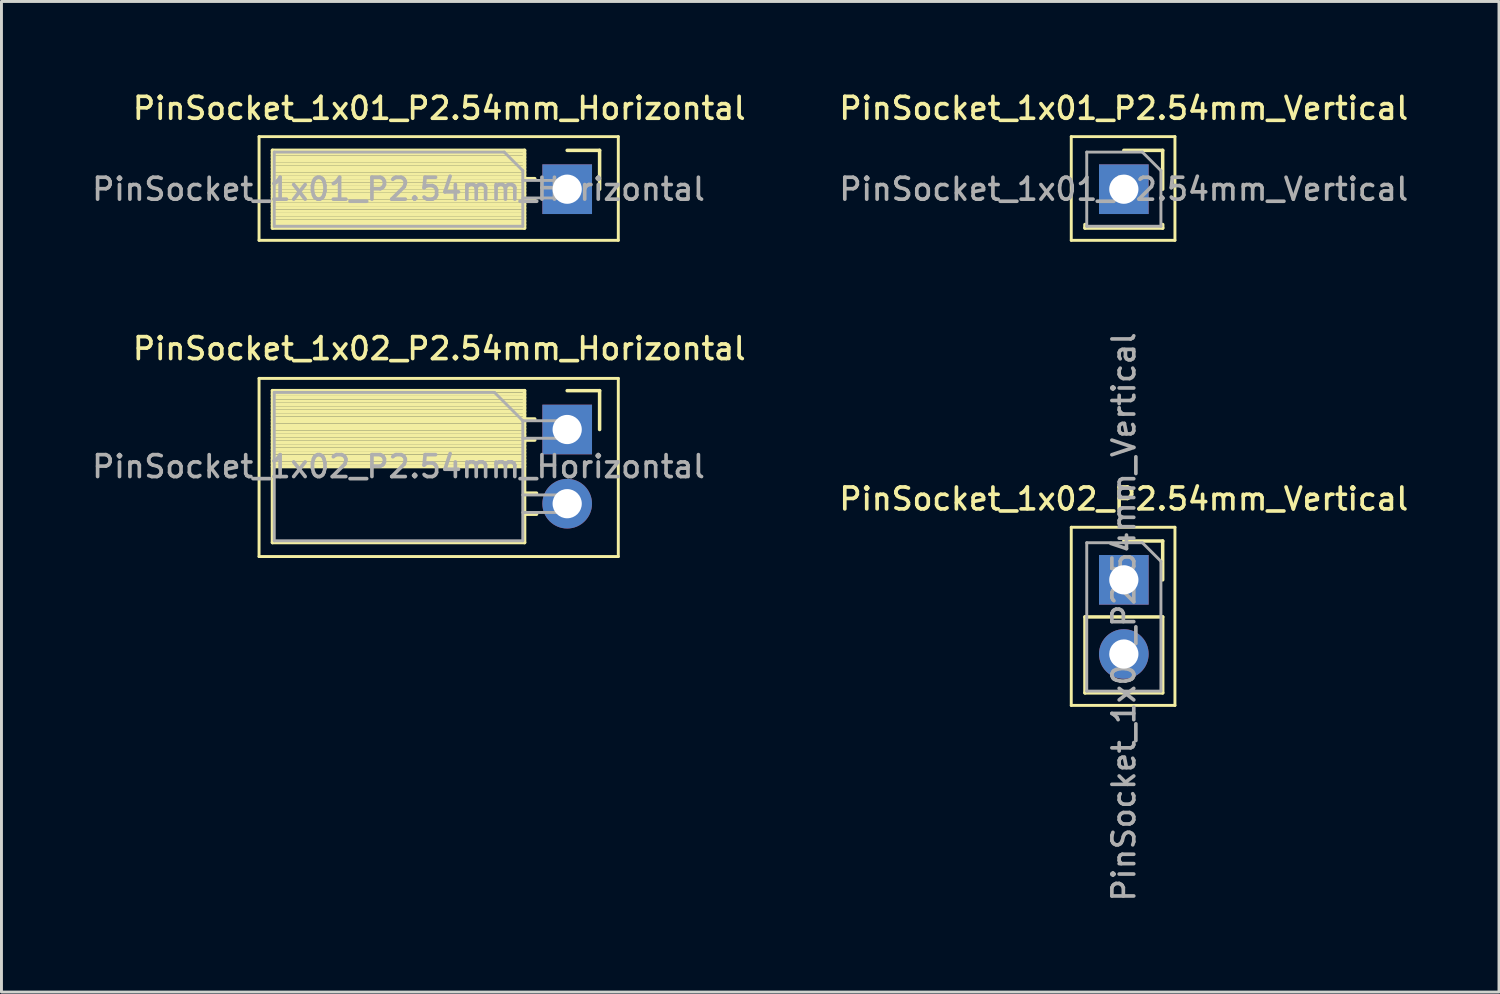
<source format=kicad_pcb>
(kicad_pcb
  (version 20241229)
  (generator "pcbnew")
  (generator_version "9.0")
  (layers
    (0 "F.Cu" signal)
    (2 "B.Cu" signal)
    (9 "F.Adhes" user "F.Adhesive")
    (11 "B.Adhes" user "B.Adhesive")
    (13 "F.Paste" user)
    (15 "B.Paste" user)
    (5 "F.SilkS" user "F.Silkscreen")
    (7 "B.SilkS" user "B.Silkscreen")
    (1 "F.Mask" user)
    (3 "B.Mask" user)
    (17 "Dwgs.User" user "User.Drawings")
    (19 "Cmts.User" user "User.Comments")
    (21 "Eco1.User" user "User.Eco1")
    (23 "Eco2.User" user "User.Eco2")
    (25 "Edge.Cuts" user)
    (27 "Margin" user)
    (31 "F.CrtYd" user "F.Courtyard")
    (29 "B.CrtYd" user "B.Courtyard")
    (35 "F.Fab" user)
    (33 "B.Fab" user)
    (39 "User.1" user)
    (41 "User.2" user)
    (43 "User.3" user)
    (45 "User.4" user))
  (footprint "PinSocket_1x02_P2.54mm_Horizontal"
    (layer "F.Cu")
    (at 16.37 11.656)
    (property "Reference" "PinSocket_1x02_P2.54mm_Horizontal" (at -4.38 -2.77 0) (layer "F.SilkS") (effects (font (size 0.75 0.75) (thickness 0.125))))
    (attr through_hole)
    (fp_line (start -10.55 -1.75) (end -10.55 4.35) (stroke (width 0.1) (type solid)) (layer "F.SilkS"))
    (fp_line (start -10.55 4.35) (end 1.75 4.35) (stroke (width 0.1) (type solid)) (layer "F.SilkS"))
    (fp_line (start -10.09 -1.33) (end -10.09 3.87) (stroke (width 0.12) (type solid)) (layer "F.SilkS"))
    (fp_line (start -10.09 -1.33) (end -1.46 -1.33) (stroke (width 0.12) (type solid)) (layer "F.SilkS"))
    (fp_line (start -10.09 -1.21) (end -1.46 -1.21) (stroke (width 0.12) (type solid)) (layer "F.SilkS"))
    (fp_line (start -10.09 -1.092) (end -1.46 -1.092) (stroke (width 0.12) (type solid)) (layer "F.SilkS"))
    (fp_line (start -10.09 -0.974) (end -1.46 -0.974) (stroke (width 0.12) (type solid)) (layer "F.SilkS"))
    (fp_line (start -10.09 -0.856) (end -1.46 -0.856) (stroke (width 0.12) (type solid)) (layer "F.SilkS"))
    (fp_line (start -10.09 -0.738) (end -1.46 -0.738) (stroke (width 0.12) (type solid)) (layer "F.SilkS"))
    (fp_line (start -10.09 -0.62) (end -1.46 -0.62) (stroke (width 0.12) (type solid)) (layer "F.SilkS"))
    (fp_line (start -10.09 -0.501) (end -1.46 -0.501) (stroke (width 0.12) (type solid)) (layer "F.SilkS"))
    (fp_line (start -10.09 -0.383) (end -1.46 -0.383) (stroke (width 0.12) (type solid)) (layer "F.SilkS"))
    (fp_line (start -10.09 -0.265) (end -1.46 -0.265) (stroke (width 0.12) (type solid)) (layer "F.SilkS"))
    (fp_line (start -10.09 -0.147) (end -1.46 -0.147) (stroke (width 0.12) (type solid)) (layer "F.SilkS"))
    (fp_line (start -10.09 -0.029) (end -1.46 -0.029) (stroke (width 0.12) (type solid)) (layer "F.SilkS"))
    (fp_line (start -10.09 0.089) (end -1.46 0.089) (stroke (width 0.12) (type solid)) (layer "F.SilkS"))
    (fp_line (start -10.09 0.207) (end -1.46 0.207) (stroke (width 0.12) (type solid)) (layer "F.SilkS"))
    (fp_line (start -10.09 0.325) (end -1.46 0.325) (stroke (width 0.12) (type solid)) (layer "F.SilkS"))
    (fp_line (start -10.09 0.443) (end -1.46 0.443) (stroke (width 0.12) (type solid)) (layer "F.SilkS"))
    (fp_line (start -10.09 0.561) (end -1.46 0.561) (stroke (width 0.12) (type solid)) (layer "F.SilkS"))
    (fp_line (start -10.09 0.68) (end -1.46 0.68) (stroke (width 0.12) (type solid)) (layer "F.SilkS"))
    (fp_line (start -10.09 0.798) (end -1.46 0.798) (stroke (width 0.12) (type solid)) (layer "F.SilkS"))
    (fp_line (start -10.09 0.916) (end -1.46 0.916) (stroke (width 0.12) (type solid)) (layer "F.SilkS"))
    (fp_line (start -10.09 1.034) (end -1.46 1.034) (stroke (width 0.12) (type solid)) (layer "F.SilkS"))
    (fp_line (start -10.09 1.152) (end -1.46 1.152) (stroke (width 0.12) (type solid)) (layer "F.SilkS"))
    (fp_line (start -10.09 1.27) (end -1.46 1.27) (stroke (width 0.12) (type solid)) (layer "F.SilkS"))
    (fp_line (start -10.09 3.87) (end -1.46 3.87) (stroke (width 0.12) (type solid)) (layer "F.SilkS"))
    (fp_line (start -1.46 -1.33) (end -1.46 3.87) (stroke (width 0.12) (type solid)) (layer "F.SilkS"))
    (fp_line (start -1.46 -0.36) (end -1.11 -0.36) (stroke (width 0.12) (type solid)) (layer "F.SilkS"))
    (fp_line (start -1.46 0.36) (end -1.11 0.36) (stroke (width 0.12) (type solid)) (layer "F.SilkS"))
    (fp_line (start -1.46 2.18) (end -1.05 2.18) (stroke (width 0.12) (type solid)) (layer "F.SilkS"))
    (fp_line (start -1.46 2.9) (end -1.05 2.9) (stroke (width 0.12) (type solid)) (layer "F.SilkS"))
    (fp_line (start 0 -1.33) (end 1.11 -1.33) (stroke (width 0.12) (type solid)) (layer "F.SilkS"))
    (fp_line (start 1.11 -1.33) (end 1.11 0) (stroke (width 0.12) (type solid)) (layer "F.SilkS"))
    (fp_line (start 1.75 -1.75) (end -10.55 -1.75) (stroke (width 0.1) (type solid)) (layer "F.SilkS"))
    (fp_line (start 1.75 4.35) (end 1.75 -1.75) (stroke (width 0.1) (type solid)) (layer "F.SilkS"))
    (fp_line (start -10.03 -1.27) (end -2.49 -1.27) (stroke (width 0.1) (type solid)) (layer "F.Fab"))
    (fp_line (start -10.03 3.81) (end -10.03 -1.27) (stroke (width 0.1) (type solid)) (layer "F.Fab"))
    (fp_line (start -2.49 -1.27) (end -1.52 -0.3) (stroke (width 0.1) (type solid)) (layer "F.Fab"))
    (fp_line (start -1.52 -0.3) (end -1.52 3.81) (stroke (width 0.1) (type solid)) (layer "F.Fab"))
    (fp_line (start -1.52 0.3) (end 0 0.3) (stroke (width 0.1) (type solid)) (layer "F.Fab"))
    (fp_line (start -1.52 2.84) (end 0 2.84) (stroke (width 0.1) (type solid)) (layer "F.Fab"))
    (fp_line (start -1.52 3.81) (end -10.03 3.81) (stroke (width 0.1) (type solid)) (layer "F.Fab"))
    (fp_line (start 0 -0.3) (end -1.52 -0.3) (stroke (width 0.1) (type solid)) (layer "F.Fab"))
    (fp_line (start 0 0.3) (end 0 -0.3) (stroke (width 0.1) (type solid)) (layer "F.Fab"))
    (fp_line (start 0 2.24) (end -1.52 2.24) (stroke (width 0.1) (type solid)) (layer "F.Fab"))
    (fp_line (start 0 2.84) (end 0 2.24) (stroke (width 0.1) (type solid)) (layer "F.Fab"))
    (fp_text user "${REFERENCE}" (at -5.775 1.27 0) (layer "F.Fab") (effects (font (size 0.75 0.75) (thickness 0.125))))
    (pad "1" thru_hole rect (at 0 0) (size 1.7 1.7) (drill 1) (layers "*.Cu" "*.Mask"))
    (pad "2" thru_hole oval (at 0 2.54) (size 1.7 1.7) (drill 1) (layers "*.Cu" "*.Mask")))
  (footprint "PinSocket_1x01_P2.54mm_Horizontal"
    (layer "F.Cu")
    (at 16.37 3.428)
    (property "Reference" "PinSocket_1x01_P2.54mm_Horizontal" (at -4.38 -2.77 0) (layer "F.SilkS") (effects (font (size 0.75 0.75) (thickness 0.125))))
    (attr through_hole)
    (fp_line (start -10.55 -1.8) (end -10.55 1.75) (stroke (width 0.1) (type solid)) (layer "F.SilkS"))
    (fp_line (start -10.55 1.75) (end 1.75 1.75) (stroke (width 0.1) (type solid)) (layer "F.SilkS"))
    (fp_line (start -10.09 -1.33) (end -10.09 1.33) (stroke (width 0.12) (type solid)) (layer "F.SilkS"))
    (fp_line (start -10.09 -1.33) (end -1.46 -1.33) (stroke (width 0.12) (type solid)) (layer "F.SilkS"))
    (fp_line (start -10.09 -1.21) (end -1.46 -1.21) (stroke (width 0.12) (type solid)) (layer "F.SilkS"))
    (fp_line (start -10.09 -1.095) (end -1.46 -1.095) (stroke (width 0.12) (type solid)) (layer "F.SilkS"))
    (fp_line (start -10.09 -0.979) (end -1.46 -0.979) (stroke (width 0.12) (type solid)) (layer "F.SilkS"))
    (fp_line (start -10.09 -0.864) (end -1.46 -0.864) (stroke (width 0.12) (type solid)) (layer "F.SilkS"))
    (fp_line (start -10.09 -0.748) (end -1.46 -0.748) (stroke (width 0.12) (type solid)) (layer "F.SilkS"))
    (fp_line (start -10.09 -0.633) (end -1.46 -0.633) (stroke (width 0.12) (type solid)) (layer "F.SilkS"))
    (fp_line (start -10.09 -0.517) (end -1.46 -0.517) (stroke (width 0.12) (type solid)) (layer "F.SilkS"))
    (fp_line (start -10.09 -0.402) (end -1.46 -0.402) (stroke (width 0.12) (type solid)) (layer "F.SilkS"))
    (fp_line (start -10.09 -0.286) (end -1.46 -0.286) (stroke (width 0.12) (type solid)) (layer "F.SilkS"))
    (fp_line (start -10.09 -0.171) (end -1.46 -0.171) (stroke (width 0.12) (type solid)) (layer "F.SilkS"))
    (fp_line (start -10.09 -0.055) (end -1.46 -0.055) (stroke (width 0.12) (type solid)) (layer "F.SilkS"))
    (fp_line (start -10.09 0.06) (end -1.46 0.06) (stroke (width 0.12) (type solid)) (layer "F.SilkS"))
    (fp_line (start -10.09 0.175) (end -1.46 0.175) (stroke (width 0.12) (type solid)) (layer "F.SilkS"))
    (fp_line (start -10.09 0.291) (end -1.46 0.291) (stroke (width 0.12) (type solid)) (layer "F.SilkS"))
    (fp_line (start -10.09 0.406) (end -1.46 0.406) (stroke (width 0.12) (type solid)) (layer "F.SilkS"))
    (fp_line (start -10.09 0.522) (end -1.46 0.522) (stroke (width 0.12) (type solid)) (layer "F.SilkS"))
    (fp_line (start -10.09 0.637) (end -1.46 0.637) (stroke (width 0.12) (type solid)) (layer "F.SilkS"))
    (fp_line (start -10.09 0.753) (end -1.46 0.753) (stroke (width 0.12) (type solid)) (layer "F.SilkS"))
    (fp_line (start -10.09 0.868) (end -1.46 0.868) (stroke (width 0.12) (type solid)) (layer "F.SilkS"))
    (fp_line (start -10.09 0.984) (end -1.46 0.984) (stroke (width 0.12) (type solid)) (layer "F.SilkS"))
    (fp_line (start -10.09 1.099) (end -1.46 1.099) (stroke (width 0.12) (type solid)) (layer "F.SilkS"))
    (fp_line (start -10.09 1.215) (end -1.46 1.215) (stroke (width 0.12) (type solid)) (layer "F.SilkS"))
    (fp_line (start -10.09 1.33) (end -1.46 1.33) (stroke (width 0.12) (type solid)) (layer "F.SilkS"))
    (fp_line (start -1.46 -1.33) (end -1.46 1.33) (stroke (width 0.12) (type solid)) (layer "F.SilkS"))
    (fp_line (start -1.46 -0.36) (end -1.11 -0.36) (stroke (width 0.12) (type solid)) (layer "F.SilkS"))
    (fp_line (start -1.46 0.36) (end -1.11 0.36) (stroke (width 0.12) (type solid)) (layer "F.SilkS"))
    (fp_line (start 0 -1.33) (end 1.11 -1.33) (stroke (width 0.12) (type solid)) (layer "F.SilkS"))
    (fp_line (start 1.11 -1.33) (end 1.11 0) (stroke (width 0.12) (type solid)) (layer "F.SilkS"))
    (fp_line (start 1.75 -1.8) (end -10.55 -1.8) (stroke (width 0.1) (type solid)) (layer "F.SilkS"))
    (fp_line (start 1.75 1.75) (end 1.75 -1.8) (stroke (width 0.1) (type solid)) (layer "F.SilkS"))
    (fp_line (start -10.03 -1.27) (end -2.155 -1.27) (stroke (width 0.1) (type solid)) (layer "F.Fab"))
    (fp_line (start -10.03 1.27) (end -10.03 -1.27) (stroke (width 0.1) (type solid)) (layer "F.Fab"))
    (fp_line (start -2.155 -1.27) (end -1.52 -0.635) (stroke (width 0.1) (type solid)) (layer "F.Fab"))
    (fp_line (start -1.52 -0.635) (end -1.52 1.27) (stroke (width 0.1) (type solid)) (layer "F.Fab"))
    (fp_line (start -1.52 0.3) (end 0 0.3) (stroke (width 0.1) (type solid)) (layer "F.Fab"))
    (fp_line (start -1.52 1.27) (end -10.03 1.27) (stroke (width 0.1) (type solid)) (layer "F.Fab"))
    (fp_line (start 0 -0.3) (end -1.52 -0.3) (stroke (width 0.1) (type solid)) (layer "F.Fab"))
    (fp_line (start 0 0.3) (end 0 -0.3) (stroke (width 0.1) (type solid)) (layer "F.Fab"))
    (fp_text user "${REFERENCE}" (at -5.775 0 0) (layer "F.Fab") (effects (font (size 0.75 0.75) (thickness 0.125))))
    (pad "1" thru_hole rect (at 0 0) (size 1.7 1.7) (drill 1) (layers "*.Cu" "*.Mask")))
  (footprint "PinSocket_1x02_P2.54mm_Vertical"
    (layer "F.Cu")
    (at 35.429 16.803)
    (property "Reference" "PinSocket_1x02_P2.54mm_Vertical" (at 0 -2.77 0) (layer "F.SilkS") (effects (font (size 0.75 0.75) (thickness 0.125))))
    (attr through_hole)
    (fp_line (start -1.8 -1.8) (end 1.75 -1.8) (stroke (width 0.1) (type solid)) (layer "F.SilkS"))
    (fp_line (start -1.8 4.3) (end -1.8 -1.8) (stroke (width 0.1) (type solid)) (layer "F.SilkS"))
    (fp_line (start -1.33 1.27) (end -1.33 3.87) (stroke (width 0.12) (type solid)) (layer "F.SilkS"))
    (fp_line (start -1.33 1.27) (end 1.33 1.27) (stroke (width 0.12) (type solid)) (layer "F.SilkS"))
    (fp_line (start -1.33 3.87) (end 1.33 3.87) (stroke (width 0.12) (type solid)) (layer "F.SilkS"))
    (fp_line (start 0 -1.33) (end 1.33 -1.33) (stroke (width 0.12) (type solid)) (layer "F.SilkS"))
    (fp_line (start 1.33 -1.33) (end 1.33 0) (stroke (width 0.12) (type solid)) (layer "F.SilkS"))
    (fp_line (start 1.33 1.27) (end 1.33 3.87) (stroke (width 0.12) (type solid)) (layer "F.SilkS"))
    (fp_line (start 1.75 -1.8) (end 1.75 4.3) (stroke (width 0.1) (type solid)) (layer "F.SilkS"))
    (fp_line (start 1.75 4.3) (end -1.8 4.3) (stroke (width 0.1) (type solid)) (layer "F.SilkS"))
    (fp_line (start -1.27 -1.27) (end 0.635 -1.27) (stroke (width 0.1) (type solid)) (layer "F.Fab"))
    (fp_line (start -1.27 3.81) (end -1.27 -1.27) (stroke (width 0.1) (type solid)) (layer "F.Fab"))
    (fp_line (start 0.635 -1.27) (end 1.27 -0.635) (stroke (width 0.1) (type solid)) (layer "F.Fab"))
    (fp_line (start 1.27 -0.635) (end 1.27 3.81) (stroke (width 0.1) (type solid)) (layer "F.Fab"))
    (fp_line (start 1.27 3.81) (end -1.27 3.81) (stroke (width 0.1) (type solid)) (layer "F.Fab"))
    (fp_text user "${REFERENCE}" (at 0 1.27 90) (layer "F.Fab") (effects (font (size 0.75 0.75) (thickness 0.125))))
    (pad "1" thru_hole rect (at 0 0) (size 1.7 1.7) (drill 1) (layers "*.Cu" "*.Mask"))
    (pad "2" thru_hole oval (at 0 2.54) (size 1.7 1.7) (drill 1) (layers "*.Cu" "*.Mask")))
  (footprint "PinSocket_1x01_P2.54mm_Vertical"
    (layer "F.Cu")
    (at 35.429 3.428)
    (property "Reference" "PinSocket_1x01_P2.54mm_Vertical" (at 0 -2.77 0) (layer "F.SilkS") (effects (font (size 0.75 0.75) (thickness 0.125))))
    (attr through_hole)
    (fp_line (start -1.8 -1.8) (end 1.75 -1.8) (stroke (width 0.1) (type solid)) (layer "F.SilkS"))
    (fp_line (start -1.8 1.75) (end -1.8 -1.8) (stroke (width 0.1) (type solid)) (layer "F.SilkS"))
    (fp_line (start -1.33 1.21) (end -1.33 1.33) (stroke (width 0.12) (type solid)) (layer "F.SilkS"))
    (fp_line (start -1.33 1.33) (end 1.33 1.33) (stroke (width 0.12) (type solid)) (layer "F.SilkS"))
    (fp_line (start 0 -1.33) (end 1.33 -1.33) (stroke (width 0.12) (type solid)) (layer "F.SilkS"))
    (fp_line (start 1.33 -1.33) (end 1.33 0) (stroke (width 0.12) (type solid)) (layer "F.SilkS"))
    (fp_line (start 1.33 1.21) (end 1.33 1.33) (stroke (width 0.12) (type solid)) (layer "F.SilkS"))
    (fp_line (start 1.75 -1.8) (end 1.75 1.75) (stroke (width 0.1) (type solid)) (layer "F.SilkS"))
    (fp_line (start 1.75 1.75) (end -1.8 1.75) (stroke (width 0.1) (type solid)) (layer "F.SilkS"))
    (fp_line (start -1.27 -1.27) (end 0.635 -1.27) (stroke (width 0.1) (type solid)) (layer "F.Fab"))
    (fp_line (start -1.27 1.27) (end -1.27 -1.27) (stroke (width 0.1) (type solid)) (layer "F.Fab"))
    (fp_line (start 0.635 -1.27) (end 1.27 -0.635) (stroke (width 0.1) (type solid)) (layer "F.Fab"))
    (fp_line (start 1.27 -0.635) (end 1.27 1.27) (stroke (width 0.1) (type solid)) (layer "F.Fab"))
    (fp_line (start 1.27 1.27) (end -1.27 1.27) (stroke (width 0.1) (type solid)) (layer "F.Fab"))
    (fp_text user "${REFERENCE}" (at 0 0 0) (layer "F.Fab") (effects (font (size 0.75 0.75) (thickness 0.125))))
    (pad "1" thru_hole rect (at 0 0) (size 1.7 1.7) (drill 1) (layers "*.Cu" "*.Mask")))
  (gr_rect
    (start -3 -3)
    (end 48.274 30.917)
    (stroke (width 0.1) (type default))
    (fill no)
    (layer "Edge.Cuts")))
</source>
